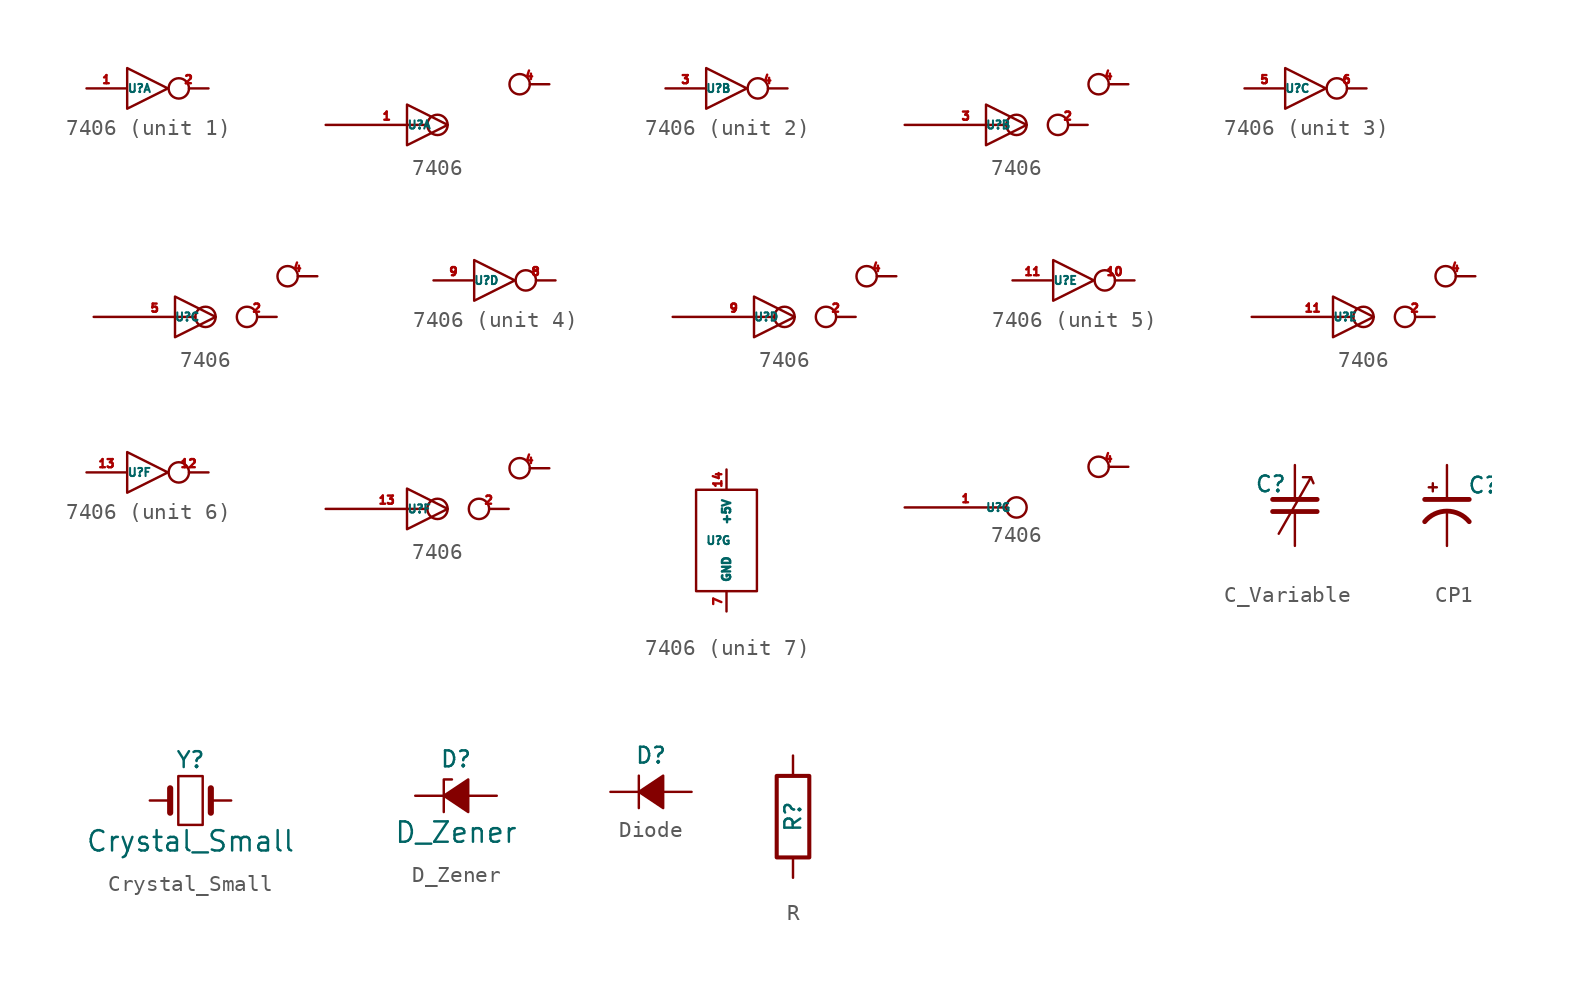
<source format=kicad_sym>
(kicad_symbol_lib
  (version 20211014)
  (generator kicad_symbol_editor)
  (symbol "7406"
    (property "Reference" "U"
      (at -0.508 0 0)
      (effects (font (size 0.508 0.508))))
    (property "Footprint" ""
      (at 1.27 0 0)
      (effects (font (size 1.524 1.524))))
    (property "Datasheet" ""
      (at 1.27 0 0)
      (effects (font (size 1.524 1.524))))
    (symbol "7406_1_0"
      (polyline (pts (xy -1.27 1.27) (xy -1.27 -1.27) (xy 1.27 0) (xy -1.27 1.27)) (stroke (width 0) (type default) (color 0 0 0 0)) (fill (type none))))
    (symbol "7406_1_1"
      (pin input line (at -3.81 0 0) (length 2.489) (name "~" (effects (font (size 0.508 0.508)))) (number "1" (effects (font (size 0.508 0.508)))))
      (pin output inverted (at 3.81 0 180) (length 2.489) (name "~" (effects (font (size 0.508 0.508)))) (number "2" (effects (font (size 0.508 0.508))))))
    (symbol "7406_1_2"
      (pin input inverted (at -6.35 0 0) (length 7.62) (name "~" (effects (font (size 0.508 0.508)))) (number "1" (effects (font (size 0.508 0.508)))))
      (pin output inverted (at 7.62 2.54 180) (length 2.489) (name "~" (effects (font (size 0.508 0.508)))) (number "4" (effects (font (size 0.508 0.508))))))
    (symbol "7406_2_0"
      (polyline (pts (xy -1.27 0) (xy -1.27 1.27) (xy 1.27 0) (xy -1.27 -1.27) (xy -1.27 0)) (stroke (width 0) (type default) (color 0 0 0 0)) (fill (type none))))
    (symbol "7406_2_1"
      (pin input line (at -3.81 0 0) (length 2.489) (name "~" (effects (font (size 0.508 0.508)))) (number "3" (effects (font (size 0.508 0.508)))))
      (pin output inverted (at 3.81 0 180) (length 2.489) (name "~" (effects (font (size 0.508 0.508)))) (number "4" (effects (font (size 0.508 0.508))))))
    (symbol "7406_2_2"
      (pin output inverted (at 5.08 0 180) (length 2.489) (name "~" (effects (font (size 0.508 0.508)))) (number "2" (effects (font (size 0.508 0.508)))))
      (pin input inverted (at -6.35 0 0) (length 7.62) (name "~" (effects (font (size 0.508 0.508)))) (number "3" (effects (font (size 0.508 0.508)))))
      (pin output inverted (at 7.62 2.54 180) (length 2.489) (name "~" (effects (font (size 0.508 0.508)))) (number "4" (effects (font (size 0.508 0.508))))))
    (symbol "7406_3_0"
      (polyline (pts (xy -1.27 0) (xy -1.27 1.27) (xy 1.27 0) (xy -1.27 -1.27) (xy -1.27 0)) (stroke (width 0) (type default) (color 0 0 0 0)) (fill (type none))))
    (symbol "7406_3_1"
      (pin input line (at -3.81 0 0) (length 2.489) (name "~" (effects (font (size 0.508 0.508)))) (number "5" (effects (font (size 0.508 0.508)))))
      (pin output inverted (at 3.81 0 180) (length 2.489) (name "~" (effects (font (size 0.508 0.508)))) (number "6" (effects (font (size 0.508 0.508))))))
    (symbol "7406_3_2"
      (pin output inverted (at 5.08 0 180) (length 2.489) (name "~" (effects (font (size 0.508 0.508)))) (number "2" (effects (font (size 0.508 0.508)))))
      (pin output inverted (at 7.62 2.54 180) (length 2.489) (name "~" (effects (font (size 0.508 0.508)))) (number "4" (effects (font (size 0.508 0.508)))))
      (pin input inverted (at -6.35 0 0) (length 7.62) (name "~" (effects (font (size 0.508 0.508)))) (number "5" (effects (font (size 0.508 0.508))))))
    (symbol "7406_4_0"
      (polyline (pts (xy -1.27 0) (xy -1.27 1.27) (xy 1.27 0) (xy -1.27 -1.27) (xy -1.27 0)) (stroke (width 0) (type default) (color 0 0 0 0)) (fill (type none))))
    (symbol "7406_4_1"
      (pin output inverted (at 3.81 0 180) (length 2.489) (name "~" (effects (font (size 0.508 0.508)))) (number "8" (effects (font (size 0.508 0.508)))))
      (pin input line (at -3.81 0 0) (length 2.489) (name "~" (effects (font (size 0.508 0.508)))) (number "9" (effects (font (size 0.508 0.508))))))
    (symbol "7406_4_2"
      (pin output inverted (at 5.08 0 180) (length 2.489) (name "~" (effects (font (size 0.508 0.508)))) (number "2" (effects (font (size 0.508 0.508)))))
      (pin output inverted (at 7.62 2.54 180) (length 2.489) (name "~" (effects (font (size 0.508 0.508)))) (number "4" (effects (font (size 0.508 0.508)))))
      (pin input inverted (at -6.35 0 0) (length 7.62) (name "~" (effects (font (size 0.508 0.508)))) (number "9" (effects (font (size 0.508 0.508))))))
    (symbol "7406_5_0"
      (polyline (pts (xy -1.27 0) (xy -1.27 1.27) (xy 1.27 0) (xy -1.27 -1.27) (xy -1.27 0)) (stroke (width 0) (type default) (color 0 0 0 0)) (fill (type none))))
    (symbol "7406_5_1"
      (pin output inverted (at 3.81 0 180) (length 2.489) (name "~" (effects (font (size 0.508 0.508)))) (number "10" (effects (font (size 0.508 0.508)))))
      (pin input line (at -3.81 0 0) (length 2.489) (name "~" (effects (font (size 0.508 0.508)))) (number "11" (effects (font (size 0.508 0.508))))))
    (symbol "7406_5_2"
      (pin input inverted (at -6.35 0 0) (length 7.62) (name "~" (effects (font (size 0.508 0.508)))) (number "11" (effects (font (size 0.508 0.508)))))
      (pin output inverted (at 5.08 0 180) (length 2.489) (name "~" (effects (font (size 0.508 0.508)))) (number "2" (effects (font (size 0.508 0.508)))))
      (pin output inverted (at 7.62 2.54 180) (length 2.489) (name "~" (effects (font (size 0.508 0.508)))) (number "4" (effects (font (size 0.508 0.508))))))
    (symbol "7406_6_0"
      (polyline (pts (xy -1.27 0) (xy -1.27 1.27) (xy 1.27 0) (xy -1.27 -1.27) (xy -1.27 0)) (stroke (width 0) (type default) (color 0 0 0 0)) (fill (type none))))
    (symbol "7406_6_1"
      (pin output inverted (at 3.81 0 180) (length 2.489) (name "~" (effects (font (size 0.508 0.508)))) (number "12" (effects (font (size 0.508 0.508)))))
      (pin input line (at -3.81 0 0) (length 2.489) (name "~" (effects (font (size 0.508 0.508)))) (number "13" (effects (font (size 0.508 0.508))))))
    (symbol "7406_6_2"
      (pin input inverted (at -6.35 0 0) (length 7.62) (name "~" (effects (font (size 0.508 0.508)))) (number "13" (effects (font (size 0.508 0.508)))))
      (pin output inverted (at 5.08 0 180) (length 2.489) (name "~" (effects (font (size 0.508 0.508)))) (number "2" (effects (font (size 0.508 0.508)))))
      (pin output inverted (at 7.62 2.54 180) (length 2.489) (name "~" (effects (font (size 0.508 0.508)))) (number "4" (effects (font (size 0.508 0.508))))))
    (symbol "7406_7_1"
      (rectangle (start -1.905 3.175) (end 1.905 -3.175) (stroke (width 0) (type default) (color 0 0 0 0)) (fill (type none)))
      (pin power_in line (at 0 4.445 270) (length 1.27) (name "+5V" (effects (font (size 0.508 0.508)))) (number "14" (effects (font (size 0.508 0.508)))))
      (pin power_in line (at 0 -4.445 90) (length 1.27) (name "GND" (effects (font (size 0.508 0.508)))) (number "7" (effects (font (size 0.508 0.508))))))
    (symbol "7406_7_2"
      (pin input inverted (at -6.35 0 0) (length 7.62) (name "~" (effects (font (size 0.508 0.508)))) (number "1" (effects (font (size 0.508 0.508)))))
      (pin output inverted (at 7.62 2.54 180) (length 2.489) (name "~" (effects (font (size 0.508 0.508)))) (number "4" (effects (font (size 0.508 0.508)))))))
  (symbol "C_Variable"
    (pin_numbers hide)
    (pin_names
      (offset 0.254))
    (property "Reference" "C"
      (at -2.54 1.346 0)
      (effects (font (size 0.991 0.991)) (justify left)))
    (property "Footprint" ""
      (at 0.965 -3.81 0)
      (effects (font (size 0.762 0.762))))
    (property "Datasheet" ""
      (at 0 0 0)
      (effects (font (size 1.524 1.524))))
    (symbol "C_Variable_0_1"
      (polyline (pts (xy -1.397 -0.381) (xy 1.397 -0.381)) (stroke (width 0.305) (type default) (color 0 0 0 0)) (fill (type none)))
      (polyline (pts (xy -1.397 0.381) (xy 1.397 0.381)) (stroke (width 0.305) (type default) (color 0 0 0 0)) (fill (type none)))
      (polyline (pts (xy 1.016 1.753) (xy 1.168 1.397)) (stroke (width 0) (type default) (color 0 0 0 0)) (fill (type none)))
      (polyline (pts (xy -1.016 -1.778) (xy 1.016 1.778) (xy 0.508 1.778)) (stroke (width 0) (type default) (color 0 0 0 0)) (fill (type none))))
    (symbol "C_Variable_1_1"
      (pin passive line (at 0 2.54 270) (length 2.007) (name "~" (effects (font (size 1.27 1.27)))) (number "1" (effects (font (size 1.27 1.27)))))
      (pin passive line (at 0 -2.54 90) (length 2.007) (name "~" (effects (font (size 1.27 1.27)))) (number "2" (effects (font (size 1.27 1.27)))))))
  (symbol "CP1"
    (pin_numbers hide)
    (pin_names
      (offset 0.254))
    (property "Reference" "C"
      (at 1.27 1.27 0)
      (effects (font (size 0.991 0.991)) (justify left)))
    (property "Footprint" ""
      (at 0.965 -3.81 0)
      (effects (font (size 0.762 0.762))))
    (property "Datasheet" ""
      (at 0 0 0)
      (effects (font (size 1.524 1.524))))
    (symbol "CP1_0_1"
      (polyline (pts (xy -1.397 0.381) (xy 1.397 0.381)) (stroke (width 0.305) (type default) (color 0 0 0 0)) (fill (type none)))
      (polyline (pts (xy -1.143 1.143) (xy -0.635 1.143)) (stroke (width 0) (type default) (color 0 0 0 0)) (fill (type none)))
      (polyline (pts (xy -0.889 1.397) (xy -0.889 0.889)) (stroke (width 0) (type default) (color 0 0 0 0)) (fill (type none)))
      (arc (start 1.397 -1.016) (mid 0 -0.354) (end -1.397 -1.016) (stroke (width 0.3048) (type default) (color 0 0 0 0)) (fill (type none))))
    (symbol "CP1_1_1"
      (pin passive line (at 0 2.54 270) (length 2.007) (name "~" (effects (font (size 1.27 1.27)))) (number "1" (effects (font (size 1.27 1.27)))))
      (pin passive line (at 0 -2.54 90) (length 2.007) (name "~" (effects (font (size 1.27 1.27)))) (number "2" (effects (font (size 1.27 1.27)))))))
  (symbol "Crystal_Small"
    (pin_numbers hide)
    (pin_names
      (offset 1.016) hide)
    (property "Reference" "Y"
      (at 0 2.54 0)
      (effects (font (size 0.991 0.991))))
    (property "Value" "Crystal_Small"
      (at 0 -2.54 0)
      (effects (font (size 1.27 1.27))))
    (symbol "Crystal_Small_0_1"
      (rectangle (start -0.762 -1.524) (end 0.762 1.524) (stroke (width 0) (type default) (color 0 0 0 0)) (fill (type none)))
      (polyline (pts (xy -1.27 -0.762) (xy -1.27 0.762)) (stroke (width 0.381) (type default) (color 0 0 0 0)) (fill (type none)))
      (polyline (pts (xy 1.27 -0.762) (xy 1.27 0.762)) (stroke (width 0.381) (type default) (color 0 0 0 0)) (fill (type none))))
    (symbol "Crystal_Small_1_1"
      (pin passive line (at -2.54 0 0) (length 1.27) (name "1" (effects (font (size 1.27 1.27)))) (number "1" (effects (font (size 1.27 1.27)))))
      (pin passive line (at 2.54 0 180) (length 1.27) (name "2" (effects (font (size 1.27 1.27)))) (number "2" (effects (font (size 1.27 1.27)))))))
  (symbol "D_Zener"
    (pin_numbers hide)
    (pin_names
      (offset 0.254) hide)
    (property "Reference" "D"
      (at 0 2.286 0)
      (effects (font (size 0.991 0.991))))
    (property "Value" "D_Zener"
      (at 0 -2.286 0)
      (effects (font (size 1.27 1.27))))
    (symbol "D_Zener_0_1"
      (polyline (pts (xy 0.762 0) (xy -0.762 0)) (stroke (width 0) (type default) (color 0 0 0 0)) (fill (type none)))
      (polyline (pts (xy -0.254 1.016) (xy -0.762 1.016) (xy -0.762 -1.016)) (stroke (width 0) (type default) (color 0 0 0 0)) (fill (type none)))
      (polyline (pts (xy 0.762 1.016) (xy -0.762 0) (xy 0.762 -1.016) (xy 0.762 1.016)) (stroke (width 0) (type default) (color 0 0 0 0)) (fill (type outline))))
    (symbol "D_Zener_1_1"
      (pin passive line (at -2.54 0 0) (length 1.778) (name "K" (effects (font (size 1.27 1.27)))) (number "1" (effects (font (size 1.27 1.27)))))
      (pin passive line (at 2.54 0 180) (length 1.778) (name "A" (effects (font (size 1.27 1.27)))) (number "2" (effects (font (size 1.27 1.27)))))))
  (symbol "Diode"
    (pin_numbers hide)
    (pin_names
      (offset 0.254) hide)
    (property "Reference" "D"
      (at 0 2.286 0)
      (effects (font (size 0.991 0.991))))
    (symbol "Diode_0_1"
      (polyline (pts (xy -0.762 1.016) (xy -0.762 -1.016)) (stroke (width 0) (type default) (color 0 0 0 0)) (fill (type none)))
      (polyline (pts (xy 0.762 0) (xy -0.762 0)) (stroke (width 0) (type default) (color 0 0 0 0)) (fill (type none)))
      (polyline (pts (xy 0.762 1.016) (xy -0.762 0) (xy 0.762 -1.016) (xy 0.762 1.016)) (stroke (width 0) (type default) (color 0 0 0 0)) (fill (type outline))))
    (symbol "Diode_1_1"
      (pin passive line (at -2.54 0 0) (length 1.778) (name "K" (effects (font (size 1.27 1.27)))) (number "1" (effects (font (size 1.27 1.27)))))
      (pin passive line (at 2.54 0 180) (length 1.778) (name "A" (effects (font (size 1.27 1.27)))) (number "2" (effects (font (size 1.27 1.27)))))))
  (symbol "R"
    (pin_numbers hide)
    (pin_names
      (offset 0))
    (property "Reference" "R"
      (at 0 0 90)
      (effects (font (size 0.991 0.991))))
    (symbol "R_0_1"
      (rectangle (start -1.016 -2.54) (end 1.016 2.54) (stroke (width 0.254) (type default) (color 0 0 0 0)) (fill (type none))))
    (symbol "R_1_1"
      (pin passive line (at 0 3.81 270) (length 1.27) (name "~" (effects (font (size 1.27 1.27)))) (number "1" (effects (font (size 1.27 1.27)))))
      (pin passive line (at 0 -3.81 90) (length 1.27) (name "~" (effects (font (size 1.27 1.27)))) (number "2" (effects (font (size 1.27 1.27))))))))
</source>
